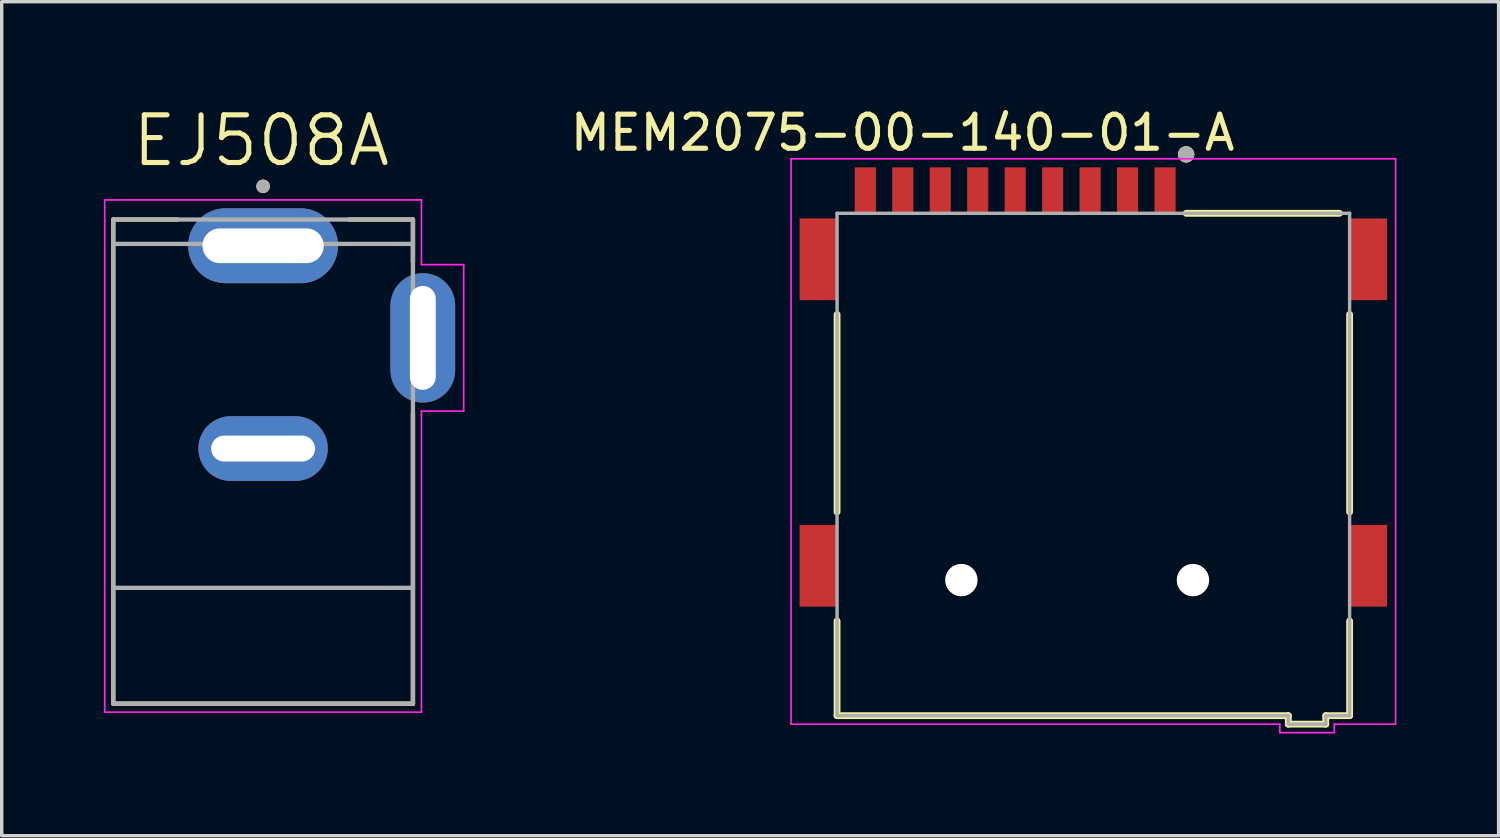
<source format=kicad_pcb>
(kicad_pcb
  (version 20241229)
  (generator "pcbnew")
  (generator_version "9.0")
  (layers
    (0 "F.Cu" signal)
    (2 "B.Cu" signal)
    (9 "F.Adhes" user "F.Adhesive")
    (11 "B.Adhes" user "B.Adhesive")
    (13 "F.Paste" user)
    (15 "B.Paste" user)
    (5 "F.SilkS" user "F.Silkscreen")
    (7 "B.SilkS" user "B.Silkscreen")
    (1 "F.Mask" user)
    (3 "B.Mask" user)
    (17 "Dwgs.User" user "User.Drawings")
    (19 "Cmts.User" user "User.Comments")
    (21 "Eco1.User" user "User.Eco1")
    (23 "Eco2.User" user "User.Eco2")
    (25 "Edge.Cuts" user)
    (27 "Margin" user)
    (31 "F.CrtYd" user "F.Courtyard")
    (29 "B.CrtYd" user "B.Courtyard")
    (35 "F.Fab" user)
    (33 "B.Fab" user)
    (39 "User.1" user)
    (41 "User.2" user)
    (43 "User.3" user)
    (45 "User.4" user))
  (footprint "MEM2075-00-140-01-A"
    (layer "F.Cu")
    (at 28.578 13.983)
    (property "Reference" "MEM2075-00-140-01-A" (at -5.125 -13.135 0) (layer "F.SilkS") (effects (font (size 1 1) (thickness 0.15))))
    (attr smd)
    (fp_line (start -7.05 -2) (end -7.05 -7.8) (stroke (width 0.2) (type solid)) (layer "F.SilkS"))
    (fp_line (start -7.05 3.98) (end -7.05 1.2) (stroke (width 0.2) (type solid)) (layer "F.SilkS"))
    (fp_line (start -7.05 3.98) (end 6.2 3.98) (stroke (width 0.2) (type solid)) (layer "F.SilkS"))
    (fp_line (start 3.2 -10.77) (end 7.7 -10.77) (stroke (width 0.2) (type solid)) (layer "F.SilkS"))
    (fp_line (start 6.2 3.98) (end 6.2 4.23) (stroke (width 0.2) (type solid)) (layer "F.SilkS"))
    (fp_line (start 6.2 4.23) (end 7.3 4.23) (stroke (width 0.2) (type solid)) (layer "F.SilkS"))
    (fp_line (start 7.3 3.98) (end 8 3.98) (stroke (width 0.2) (type solid)) (layer "F.SilkS"))
    (fp_line (start 7.3 4.23) (end 7.3 3.98) (stroke (width 0.2) (type solid)) (layer "F.SilkS"))
    (fp_line (start 8 -2) (end 8 -7.8) (stroke (width 0.2) (type solid)) (layer "F.SilkS"))
    (fp_line (start 8 3.98) (end 8 1.2) (stroke (width 0.2) (type solid)) (layer "F.SilkS"))
    (fp_circle (center 3.2 -12.5) (end 3.32 -12.5) (stroke (width 0.24) (type solid)) (fill no) (layer "F.SilkS"))
    (fp_line (start -8.4 -12.37) (end 9.35 -12.37) (stroke (width 0.05) (type solid)) (layer "F.CrtYd"))
    (fp_line (start -8.4 4.23) (end -8.4 -12.37) (stroke (width 0.05) (type solid)) (layer "F.CrtYd"))
    (fp_line (start -8.4 4.23) (end 5.95 4.23) (stroke (width 0.05) (type solid)) (layer "F.CrtYd"))
    (fp_line (start 5.95 4.23) (end 5.95 4.48) (stroke (width 0.05) (type solid)) (layer "F.CrtYd"))
    (fp_line (start 5.95 4.48) (end 7.55 4.48) (stroke (width 0.05) (type solid)) (layer "F.CrtYd"))
    (fp_line (start 7.55 4.23) (end 9.35 4.23) (stroke (width 0.05) (type solid)) (layer "F.CrtYd"))
    (fp_line (start 7.55 4.48) (end 7.55 4.23) (stroke (width 0.05) (type solid)) (layer "F.CrtYd"))
    (fp_line (start 9.35 -12.37) (end 9.35 4.23) (stroke (width 0.05) (type solid)) (layer "F.CrtYd"))
    (fp_line (start -7.05 -10.77) (end 8 -10.77) (stroke (width 0.1) (type solid)) (layer "F.Fab"))
    (fp_line (start -7.05 3.98) (end -7.05 -10.77) (stroke (width 0.1) (type solid)) (layer "F.Fab"))
    (fp_line (start -7.05 3.98) (end 6.2 3.98) (stroke (width 0.1) (type solid)) (layer "F.Fab"))
    (fp_line (start 6.2 3.98) (end 6.2 4.23) (stroke (width 0.1) (type solid)) (layer "F.Fab"))
    (fp_line (start 6.2 4.23) (end 7.3 4.23) (stroke (width 0.1) (type solid)) (layer "F.Fab"))
    (fp_line (start 7.3 3.98) (end 8 3.98) (stroke (width 0.1) (type solid)) (layer "F.Fab"))
    (fp_line (start 7.3 4.23) (end 7.3 3.98) (stroke (width 0.1) (type solid)) (layer "F.Fab"))
    (fp_line (start 8 3.98) (end 8 -10.77) (stroke (width 0.1) (type solid)) (layer "F.Fab"))
    (fp_circle (center 3.2 -12.5) (end 3.32 -12.5) (stroke (width 0.24) (type solid)) (fill no) (layer "F.Fab"))
    (pad "" np_thru_hole circle (at -3.4 0) (size 0.95 0.95) (drill 0.95) (layers "*.Cu" "*.Mask"))
    (pad "" np_thru_hole circle (at 3.4 0) (size 0.95 0.95) (drill 0.95) (layers "*.Cu" "*.Mask"))
    (pad "P1" smd rect (at 2.58 -11.42) (size 0.62 1.4) (layers "F.Cu" "F.Mask" "F.Paste"))
    (pad "P2" smd rect (at 1.48 -11.42) (size 0.62 1.4) (layers "F.Cu" "F.Mask" "F.Paste"))
    (pad "P3" smd rect (at 0.38 -11.42) (size 0.62 1.4) (layers "F.Cu" "F.Mask" "F.Paste"))
    (pad "P4" smd rect (at -0.72 -11.42) (size 0.62 1.4) (layers "F.Cu" "F.Mask" "F.Paste"))
    (pad "P5" smd rect (at -1.82 -11.42) (size 0.62 1.4) (layers "F.Cu" "F.Mask" "F.Paste"))
    (pad "P6" smd rect (at -2.92 -11.42) (size 0.62 1.4) (layers "F.Cu" "F.Mask" "F.Paste"))
    (pad "P7" smd rect (at -4.02 -11.42) (size 0.62 1.4) (layers "F.Cu" "F.Mask" "F.Paste"))
    (pad "P8" smd rect (at -5.12 -11.42) (size 0.62 1.4) (layers "F.Cu" "F.Mask" "F.Paste"))
    (pad "P9" smd rect (at -6.22 -11.42) (size 0.62 1.4) (layers "F.Cu" "F.Mask" "F.Paste"))
    (pad "SH1" smd rect (at -7.6 -0.42) (size 1.1 2.4) (layers "F.Cu" "F.Mask" "F.Paste"))
    (pad "SH2" smd rect (at -7.6 -9.42) (size 1.1 2.4) (layers "F.Cu" "F.Mask" "F.Paste"))
    (pad "SH3" smd rect (at 8.55 -9.42) (size 1.1 2.4) (layers "F.Cu" "F.Mask" "F.Paste"))
    (pad "SH4" smd rect (at 8.55 -0.42) (size 1.1 2.4) (layers "F.Cu" "F.Mask" "F.Paste"))
    (zone (net_name "") (layer "F.Cu") (hatch full 0.508) (connect_pads) (min_thickness 0.01) (filled_areas_thickness no) (keepout (tracks not_allowed) (vias not_allowed) (pads not_allowed) (copperpour not_allowed) (footprints allowed)) (placement (enabled no)) (fill) (polygon (pts (xy 21.528 6.063) (xy 31.728 6.063) (xy 31.728 10.113) (xy 21.528 10.113))))
    (zone (net_name "") (layers "F.Cu" "B.Cu") (hatch full 0.508) (connect_pads) (min_thickness 0.01) (filled_areas_thickness no) (keepout (tracks allowed) (vias not_allowed) (pads allowed) (copperpour allowed) (footprints allowed)) (placement (enabled no)) (fill) (polygon (pts (xy 21.528 6.063) (xy 31.728 6.063) (xy 31.728 10.113) (xy 21.528 10.113)))))
  (footprint "EJ508A"
    (layer "F.Cu")
    (at 4.675 6.871)
    (property "Reference" "EJ508A" (at -0.055 -5.789 0) (layer "F.SilkS") (effects (font (size 1.4 1.4) (thickness 0.15))))
    (attr through_hole)
    (fp_line (start -4.4 -3.475) (end -4.4 10.74) (stroke (width 0.127) (type solid)) (layer "F.SilkS"))
    (fp_line (start -4.4 10.74) (end 4.4 10.74) (stroke (width 0.127) (type solid)) (layer "F.SilkS"))
    (fp_line (start -2.52 -3.475) (end -4.4 -3.475) (stroke (width 0.127) (type solid)) (layer "F.SilkS"))
    (fp_line (start 2.52 -3.475) (end 4.4 -3.475) (stroke (width 0.127) (type solid)) (layer "F.SilkS"))
    (fp_line (start 4.4 -3.475) (end 4.4 -2.22) (stroke (width 0.127) (type solid)) (layer "F.SilkS"))
    (fp_line (start 4.4 10.74) (end 4.4 2.22) (stroke (width 0.127) (type solid)) (layer "F.SilkS"))
    (fp_circle (center 0 -4.45) (end 0.1 -4.45) (stroke (width 0.2) (type solid)) (fill no) (layer "F.SilkS"))
    (fp_line (start -4.65 -4.05) (end -4.65 10.99) (stroke (width 0.05) (type solid)) (layer "F.CrtYd"))
    (fp_line (start -4.65 10.99) (end 4.65 10.99) (stroke (width 0.05) (type solid)) (layer "F.CrtYd"))
    (fp_line (start 4.65 -4.05) (end -4.65 -4.05) (stroke (width 0.05) (type solid)) (layer "F.CrtYd"))
    (fp_line (start 4.65 -4.05) (end 4.65 -2.15) (stroke (width 0.05) (type solid)) (layer "F.CrtYd"))
    (fp_line (start 4.65 -2.15) (end 5.89 -2.15) (stroke (width 0.05) (type solid)) (layer "F.CrtYd"))
    (fp_line (start 4.65 2.15) (end 4.65 10.99) (stroke (width 0.05) (type solid)) (layer "F.CrtYd"))
    (fp_line (start 5.89 -2.15) (end 5.89 2.15) (stroke (width 0.05) (type solid)) (layer "F.CrtYd"))
    (fp_line (start 5.89 2.15) (end 4.65 2.15) (stroke (width 0.05) (type solid)) (layer "F.CrtYd"))
    (fp_line (start -4.4 -3.475) (end -4.4 -2.76) (stroke (width 0.127) (type solid)) (layer "F.Fab"))
    (fp_line (start -4.4 -2.76) (end -4.4 7.34) (stroke (width 0.127) (type solid)) (layer "F.Fab"))
    (fp_line (start -4.4 -2.76) (end 4.4 -2.76) (stroke (width 0.127) (type solid)) (layer "F.Fab"))
    (fp_line (start -4.4 7.34) (end -4.4 10.74) (stroke (width 0.127) (type solid)) (layer "F.Fab"))
    (fp_line (start -4.4 7.34) (end 4.4 7.34) (stroke (width 0.127) (type solid)) (layer "F.Fab"))
    (fp_line (start -4.4 10.74) (end 4.4 10.74) (stroke (width 0.127) (type solid)) (layer "F.Fab"))
    (fp_line (start 4.4 -3.475) (end -4.4 -3.475) (stroke (width 0.127) (type solid)) (layer "F.Fab"))
    (fp_line (start 4.4 -2.76) (end 4.4 -3.475) (stroke (width 0.127) (type solid)) (layer "F.Fab"))
    (fp_line (start 4.4 7.34) (end 4.4 -2.76) (stroke (width 0.127) (type solid)) (layer "F.Fab"))
    (fp_line (start 4.4 10.74) (end 4.4 7.34) (stroke (width 0.127) (type solid)) (layer "F.Fab"))
    (fp_circle (center 0 -4.45) (end 0.1 -4.45) (stroke (width 0.2) (type solid)) (fill no) (layer "F.Fab"))
    (pad "1" thru_hole oval (at 0 -2.705) (size 4.4 2.2) (drill oval 3.56 1.02) (layers "*.Cu" "*.Mask"))
    (pad "2" thru_hole oval (at 0 3.25) (size 3.8 1.9) (drill oval 3.05 0.76) (layers "*.Cu" "*.Mask"))
    (pad "3" thru_hole oval (at 4.69 0) (size 1.9 3.8) (drill oval 0.76 3.05) (layers "*.Cu" "*.Mask")))
  (gr_rect
    (start -3 -3)
    (end 40.953 21.488)
    (stroke (width 0.1) (type default))
    (fill no)
    (layer "Edge.Cuts")))
</source>
